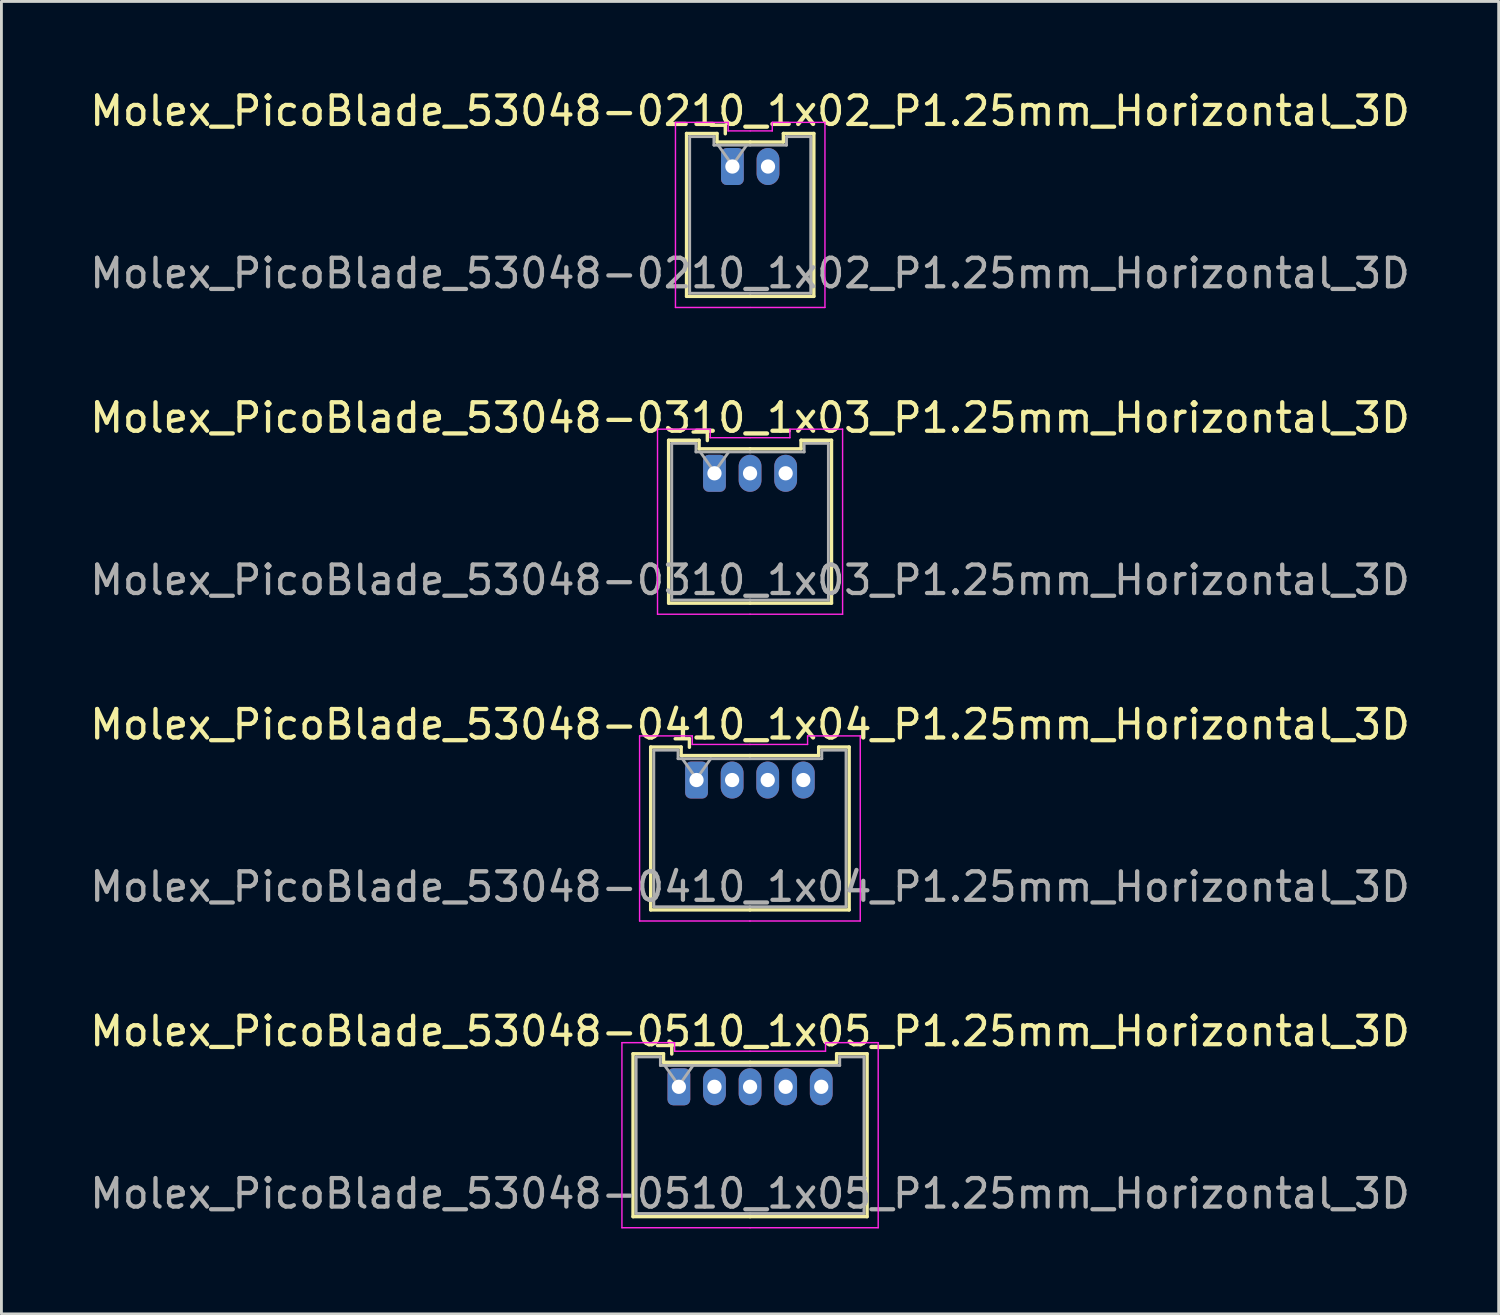
<source format=kicad_pcb>
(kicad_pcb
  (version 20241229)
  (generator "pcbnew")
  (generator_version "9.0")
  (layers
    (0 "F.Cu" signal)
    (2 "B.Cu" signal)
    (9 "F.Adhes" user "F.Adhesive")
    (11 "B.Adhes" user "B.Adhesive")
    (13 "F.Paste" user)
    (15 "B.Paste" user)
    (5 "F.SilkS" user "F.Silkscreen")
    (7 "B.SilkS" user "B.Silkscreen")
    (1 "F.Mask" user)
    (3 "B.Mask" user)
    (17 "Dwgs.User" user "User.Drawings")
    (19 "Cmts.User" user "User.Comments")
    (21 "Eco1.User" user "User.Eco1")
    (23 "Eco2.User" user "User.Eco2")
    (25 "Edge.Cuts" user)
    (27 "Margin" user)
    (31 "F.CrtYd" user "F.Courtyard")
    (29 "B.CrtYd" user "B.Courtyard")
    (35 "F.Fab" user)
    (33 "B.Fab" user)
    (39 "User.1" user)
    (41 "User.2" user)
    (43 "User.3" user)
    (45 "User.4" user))
  (footprint "Molex_PicoBlade_53048-0310_1x03_P1.25mm_Horizontal_3D"
    (layer "F.Cu")
    (at 22.042 13.572)
    (property "Reference" "Molex_PicoBlade_53048-0310_1x03_P1.25mm_Horizontal_3D" (at 1.25 -1.95 0) (layer "F.SilkS") (effects (font (size 1 1) (thickness 0.15))))
    (attr through_hole)
    (fp_line (start -1.61 -1.16) (end -1.61 4.56) (stroke (width 0.12) (type solid)) (layer "F.SilkS"))
    (fp_line (start -1.61 4.56) (end 1.25 4.56) (stroke (width 0.12) (type solid)) (layer "F.SilkS"))
    (fp_line (start -0.54 -1.16) (end -1.61 -1.16) (stroke (width 0.12) (type solid)) (layer "F.SilkS"))
    (fp_line (start -0.54 -0.86) (end -0.54 -1.16) (stroke (width 0.12) (type solid)) (layer "F.SilkS"))
    (fp_line (start -0.25 -1.45) (end -0.75 -1.45) (stroke (width 0.12) (type solid)) (layer "F.SilkS"))
    (fp_line (start -0.25 -1.15) (end -0.25 -1.45) (stroke (width 0.12) (type solid)) (layer "F.SilkS"))
    (fp_line (start 1.25 -0.86) (end -0.54 -0.86) (stroke (width 0.12) (type solid)) (layer "F.SilkS"))
    (fp_line (start 1.25 -0.86) (end 3.04 -0.86) (stroke (width 0.12) (type solid)) (layer "F.SilkS"))
    (fp_line (start 3.04 -1.16) (end 4.11 -1.16) (stroke (width 0.12) (type solid)) (layer "F.SilkS"))
    (fp_line (start 3.04 -0.86) (end 3.04 -1.16) (stroke (width 0.12) (type solid)) (layer "F.SilkS"))
    (fp_line (start 4.11 -1.16) (end 4.11 4.56) (stroke (width 0.12) (type solid)) (layer "F.SilkS"))
    (fp_line (start 4.11 4.56) (end 1.25 4.56) (stroke (width 0.12) (type solid)) (layer "F.SilkS"))
    (fp_line (start -2 -1.55) (end -2 4.95) (stroke (width 0.05) (type solid)) (layer "F.CrtYd"))
    (fp_line (start -2 4.95) (end 1.25 4.95) (stroke (width 0.05) (type solid)) (layer "F.CrtYd"))
    (fp_line (start -0.15 -1.55) (end -2 -1.55) (stroke (width 0.05) (type solid)) (layer "F.CrtYd"))
    (fp_line (start -0.15 -1.25) (end -0.15 -1.55) (stroke (width 0.05) (type solid)) (layer "F.CrtYd"))
    (fp_line (start 1.25 -1.25) (end -0.15 -1.25) (stroke (width 0.05) (type solid)) (layer "F.CrtYd"))
    (fp_line (start 1.25 -1.25) (end 2.65 -1.25) (stroke (width 0.05) (type solid)) (layer "F.CrtYd"))
    (fp_line (start 2.65 -1.55) (end 4.5 -1.55) (stroke (width 0.05) (type solid)) (layer "F.CrtYd"))
    (fp_line (start 2.65 -1.25) (end 2.65 -1.55) (stroke (width 0.05) (type solid)) (layer "F.CrtYd"))
    (fp_line (start 4.5 -1.55) (end 4.5 4.95) (stroke (width 0.05) (type solid)) (layer "F.CrtYd"))
    (fp_line (start 4.5 4.95) (end 1.25 4.95) (stroke (width 0.05) (type solid)) (layer "F.CrtYd"))
    (fp_line (start -1.5 -1.05) (end -1.5 4.45) (stroke (width 0.1) (type solid)) (layer "F.Fab"))
    (fp_line (start -1.5 4.45) (end 1.25 4.45) (stroke (width 0.1) (type solid)) (layer "F.Fab"))
    (fp_line (start -0.65 -1.05) (end -1.5 -1.05) (stroke (width 0.1) (type solid)) (layer "F.Fab"))
    (fp_line (start -0.65 -0.75) (end -0.65 -1.05) (stroke (width 0.1) (type solid)) (layer "F.Fab"))
    (fp_line (start -0.5 -0.75) (end 0 -0.043) (stroke (width 0.1) (type solid)) (layer "F.Fab"))
    (fp_line (start 0 -0.043) (end 0.5 -0.75) (stroke (width 0.1) (type solid)) (layer "F.Fab"))
    (fp_line (start 1.25 -0.75) (end -0.65 -0.75) (stroke (width 0.1) (type solid)) (layer "F.Fab"))
    (fp_line (start 1.25 -0.75) (end 3.15 -0.75) (stroke (width 0.1) (type solid)) (layer "F.Fab"))
    (fp_line (start 3.15 -1.05) (end 4 -1.05) (stroke (width 0.1) (type solid)) (layer "F.Fab"))
    (fp_line (start 3.15 -0.75) (end 3.15 -1.05) (stroke (width 0.1) (type solid)) (layer "F.Fab"))
    (fp_line (start 4 -1.05) (end 4 4.45) (stroke (width 0.1) (type solid)) (layer "F.Fab"))
    (fp_line (start 4 4.45) (end 1.25 4.45) (stroke (width 0.1) (type solid)) (layer "F.Fab"))
    (fp_text user "${REFERENCE}" (at 1.25 3.75 0) (layer "F.Fab") (effects (font (size 1 1) (thickness 0.15))))
    (pad "1" thru_hole roundrect (at 0 0) (size 0.8 1.3) (drill 0.5) (layers "*.Cu" "*.Mask") (roundrect_rratio 0.25))
    (pad "2" thru_hole oval (at 1.25 0) (size 0.8 1.3) (drill 0.5) (layers "*.Cu" "*.Mask"))
    (pad "3" thru_hole oval (at 2.5 0) (size 0.8 1.3) (drill 0.5) (layers "*.Cu" "*.Mask")))
  (footprint "Molex_PicoBlade_53048-0210_1x02_P1.25mm_Horizontal_3D"
    (layer "F.Cu")
    (at 22.672 2.798)
    (property "Reference" "Molex_PicoBlade_53048-0210_1x02_P1.25mm_Horizontal_3D" (at 0.62 -1.95 180) (layer "F.SilkS") (effects (font (size 1 1) (thickness 0.15))))
    (attr through_hole)
    (fp_line (start -1.61 -1.16) (end -1.61 4.56) (stroke (width 0.12) (type solid)) (layer "F.SilkS"))
    (fp_line (start -1.61 4.56) (end 0.625 4.56) (stroke (width 0.12) (type solid)) (layer "F.SilkS"))
    (fp_line (start -0.54 -1.16) (end -1.61 -1.16) (stroke (width 0.12) (type solid)) (layer "F.SilkS"))
    (fp_line (start -0.54 -0.86) (end -0.54 -1.16) (stroke (width 0.12) (type solid)) (layer "F.SilkS"))
    (fp_line (start -0.25 -1.45) (end -0.75 -1.45) (stroke (width 0.12) (type solid)) (layer "F.SilkS"))
    (fp_line (start -0.25 -1.15) (end -0.25 -1.45) (stroke (width 0.12) (type solid)) (layer "F.SilkS"))
    (fp_line (start 0.625 -0.86) (end -0.54 -0.86) (stroke (width 0.12) (type solid)) (layer "F.SilkS"))
    (fp_line (start 0.625 -0.86) (end 1.79 -0.86) (stroke (width 0.12) (type solid)) (layer "F.SilkS"))
    (fp_line (start 1.79 -1.16) (end 2.86 -1.16) (stroke (width 0.12) (type solid)) (layer "F.SilkS"))
    (fp_line (start 1.79 -0.86) (end 1.79 -1.16) (stroke (width 0.12) (type solid)) (layer "F.SilkS"))
    (fp_line (start 2.86 -1.16) (end 2.86 4.56) (stroke (width 0.12) (type solid)) (layer "F.SilkS"))
    (fp_line (start 2.86 4.56) (end 0.625 4.56) (stroke (width 0.12) (type solid)) (layer "F.SilkS"))
    (fp_line (start -2 -1.55) (end -2 4.95) (stroke (width 0.05) (type solid)) (layer "F.CrtYd"))
    (fp_line (start -2 4.95) (end 0.62 4.95) (stroke (width 0.05) (type solid)) (layer "F.CrtYd"))
    (fp_line (start -0.15 -1.55) (end -2 -1.55) (stroke (width 0.05) (type solid)) (layer "F.CrtYd"))
    (fp_line (start -0.15 -1.25) (end -0.15 -1.55) (stroke (width 0.05) (type solid)) (layer "F.CrtYd"))
    (fp_line (start 0.62 -1.25) (end -0.15 -1.25) (stroke (width 0.05) (type solid)) (layer "F.CrtYd"))
    (fp_line (start 0.63 -1.25) (end 1.4 -1.25) (stroke (width 0.05) (type solid)) (layer "F.CrtYd"))
    (fp_line (start 1.4 -1.55) (end 3.25 -1.55) (stroke (width 0.05) (type solid)) (layer "F.CrtYd"))
    (fp_line (start 1.4 -1.25) (end 1.4 -1.55) (stroke (width 0.05) (type solid)) (layer "F.CrtYd"))
    (fp_line (start 3.25 -1.55) (end 3.25 4.95) (stroke (width 0.05) (type solid)) (layer "F.CrtYd"))
    (fp_line (start 3.25 4.95) (end 0.63 4.95) (stroke (width 0.05) (type solid)) (layer "F.CrtYd"))
    (fp_line (start -1.5 -1.05) (end -1.5 4.45) (stroke (width 0.1) (type solid)) (layer "F.Fab"))
    (fp_line (start -1.5 4.45) (end 0.625 4.45) (stroke (width 0.1) (type solid)) (layer "F.Fab"))
    (fp_line (start -0.65 -1.05) (end -1.5 -1.05) (stroke (width 0.1) (type solid)) (layer "F.Fab"))
    (fp_line (start -0.65 -0.75) (end -0.65 -1.05) (stroke (width 0.1) (type solid)) (layer "F.Fab"))
    (fp_line (start -0.5 -0.75) (end 0 -0.043) (stroke (width 0.1) (type solid)) (layer "F.Fab"))
    (fp_line (start 0 -0.043) (end 0.5 -0.75) (stroke (width 0.1) (type solid)) (layer "F.Fab"))
    (fp_line (start 0.625 -0.75) (end -0.65 -0.75) (stroke (width 0.1) (type solid)) (layer "F.Fab"))
    (fp_line (start 0.625 -0.75) (end 1.9 -0.75) (stroke (width 0.1) (type solid)) (layer "F.Fab"))
    (fp_line (start 1.9 -1.05) (end 2.75 -1.05) (stroke (width 0.1) (type solid)) (layer "F.Fab"))
    (fp_line (start 1.9 -0.75) (end 1.9 -1.05) (stroke (width 0.1) (type solid)) (layer "F.Fab"))
    (fp_line (start 2.75 -1.05) (end 2.75 4.45) (stroke (width 0.1) (type solid)) (layer "F.Fab"))
    (fp_line (start 2.75 4.45) (end 0.625 4.45) (stroke (width 0.1) (type solid)) (layer "F.Fab"))
    (fp_text user "${REFERENCE}" (at 0.62 3.75 180) (layer "F.Fab") (effects (font (size 1 1) (thickness 0.15))))
    (pad "1" thru_hole roundrect (at 0 0) (size 0.8 1.3) (drill 0.5) (layers "*.Cu" "*.Mask") (roundrect_rratio 0.25))
    (pad "2" thru_hole oval (at 1.25 0) (size 0.8 1.3) (drill 0.5) (layers "*.Cu" "*.Mask")))
  (footprint "Molex_PicoBlade_53048-0410_1x04_P1.25mm_Horizontal_3D"
    (layer "F.Cu")
    (at 21.412 24.345)
    (property "Reference" "Molex_PicoBlade_53048-0410_1x04_P1.25mm_Horizontal_3D" (at 1.88 -1.95 180) (layer "F.SilkS") (effects (font (size 1 1) (thickness 0.15))))
    (attr through_hole)
    (fp_line (start -1.61 -1.16) (end -1.61 4.56) (stroke (width 0.12) (type solid)) (layer "F.SilkS"))
    (fp_line (start -1.61 4.56) (end 1.875 4.56) (stroke (width 0.12) (type solid)) (layer "F.SilkS"))
    (fp_line (start -0.54 -1.16) (end -1.61 -1.16) (stroke (width 0.12) (type solid)) (layer "F.SilkS"))
    (fp_line (start -0.54 -0.86) (end -0.54 -1.16) (stroke (width 0.12) (type solid)) (layer "F.SilkS"))
    (fp_line (start -0.25 -1.45) (end -0.75 -1.45) (stroke (width 0.12) (type solid)) (layer "F.SilkS"))
    (fp_line (start -0.25 -1.15) (end -0.25 -1.45) (stroke (width 0.12) (type solid)) (layer "F.SilkS"))
    (fp_line (start 1.875 -0.86) (end -0.54 -0.86) (stroke (width 0.12) (type solid)) (layer "F.SilkS"))
    (fp_line (start 1.875 -0.86) (end 4.29 -0.86) (stroke (width 0.12) (type solid)) (layer "F.SilkS"))
    (fp_line (start 4.29 -1.16) (end 5.36 -1.16) (stroke (width 0.12) (type solid)) (layer "F.SilkS"))
    (fp_line (start 4.29 -0.86) (end 4.29 -1.16) (stroke (width 0.12) (type solid)) (layer "F.SilkS"))
    (fp_line (start 5.36 -1.16) (end 5.36 4.56) (stroke (width 0.12) (type solid)) (layer "F.SilkS"))
    (fp_line (start 5.36 4.56) (end 1.875 4.56) (stroke (width 0.12) (type solid)) (layer "F.SilkS"))
    (fp_line (start -2 -1.55) (end -2 4.95) (stroke (width 0.05) (type solid)) (layer "F.CrtYd"))
    (fp_line (start -2 4.95) (end 1.88 4.95) (stroke (width 0.05) (type solid)) (layer "F.CrtYd"))
    (fp_line (start -0.15 -1.55) (end -2 -1.55) (stroke (width 0.05) (type solid)) (layer "F.CrtYd"))
    (fp_line (start -0.15 -1.25) (end -0.15 -1.55) (stroke (width 0.05) (type solid)) (layer "F.CrtYd"))
    (fp_line (start 1.87 -1.25) (end 3.9 -1.25) (stroke (width 0.05) (type solid)) (layer "F.CrtYd"))
    (fp_line (start 1.88 -1.25) (end -0.15 -1.25) (stroke (width 0.05) (type solid)) (layer "F.CrtYd"))
    (fp_line (start 3.9 -1.55) (end 5.75 -1.55) (stroke (width 0.05) (type solid)) (layer "F.CrtYd"))
    (fp_line (start 3.9 -1.25) (end 3.9 -1.55) (stroke (width 0.05) (type solid)) (layer "F.CrtYd"))
    (fp_line (start 5.75 -1.55) (end 5.75 4.95) (stroke (width 0.05) (type solid)) (layer "F.CrtYd"))
    (fp_line (start 5.75 4.95) (end 1.87 4.95) (stroke (width 0.05) (type solid)) (layer "F.CrtYd"))
    (fp_line (start -1.5 -1.05) (end -1.5 4.45) (stroke (width 0.1) (type solid)) (layer "F.Fab"))
    (fp_line (start -1.5 4.45) (end 1.875 4.45) (stroke (width 0.1) (type solid)) (layer "F.Fab"))
    (fp_line (start -0.65 -1.05) (end -1.5 -1.05) (stroke (width 0.1) (type solid)) (layer "F.Fab"))
    (fp_line (start -0.65 -0.75) (end -0.65 -1.05) (stroke (width 0.1) (type solid)) (layer "F.Fab"))
    (fp_line (start -0.5 -0.75) (end 0 -0.043) (stroke (width 0.1) (type solid)) (layer "F.Fab"))
    (fp_line (start 0 -0.043) (end 0.5 -0.75) (stroke (width 0.1) (type solid)) (layer "F.Fab"))
    (fp_line (start 1.875 -0.75) (end -0.65 -0.75) (stroke (width 0.1) (type solid)) (layer "F.Fab"))
    (fp_line (start 1.875 -0.75) (end 4.4 -0.75) (stroke (width 0.1) (type solid)) (layer "F.Fab"))
    (fp_line (start 4.4 -1.05) (end 5.25 -1.05) (stroke (width 0.1) (type solid)) (layer "F.Fab"))
    (fp_line (start 4.4 -0.75) (end 4.4 -1.05) (stroke (width 0.1) (type solid)) (layer "F.Fab"))
    (fp_line (start 5.25 -1.05) (end 5.25 4.45) (stroke (width 0.1) (type solid)) (layer "F.Fab"))
    (fp_line (start 5.25 4.45) (end 1.875 4.45) (stroke (width 0.1) (type solid)) (layer "F.Fab"))
    (fp_text user "${REFERENCE}" (at 1.88 3.75 180) (layer "F.Fab") (effects (font (size 1 1) (thickness 0.15))))
    (pad "1" thru_hole roundrect (at 0 0) (size 0.8 1.3) (drill 0.5) (layers "*.Cu" "*.Mask") (roundrect_rratio 0.25))
    (pad "2" thru_hole oval (at 1.25 0) (size 0.8 1.3) (drill 0.5) (layers "*.Cu" "*.Mask"))
    (pad "3" thru_hole oval (at 2.5 0) (size 0.8 1.3) (drill 0.5) (layers "*.Cu" "*.Mask"))
    (pad "4" thru_hole oval (at 3.75 0) (size 0.8 1.3) (drill 0.5) (layers "*.Cu" "*.Mask")))
  (footprint "Molex_PicoBlade_53048-0510_1x05_P1.25mm_Horizontal_3D"
    (layer "F.Cu")
    (at 20.792 35.118)
    (property "Reference" "Molex_PicoBlade_53048-0510_1x05_P1.25mm_Horizontal_3D" (at 2.5 -1.95 0) (layer "F.SilkS") (effects (font (size 1 1) (thickness 0.15))))
    (attr through_hole)
    (fp_line (start -1.61 -1.16) (end -1.61 4.56) (stroke (width 0.12) (type solid)) (layer "F.SilkS"))
    (fp_line (start -1.61 4.56) (end 2.5 4.56) (stroke (width 0.12) (type solid)) (layer "F.SilkS"))
    (fp_line (start -0.54 -1.16) (end -1.61 -1.16) (stroke (width 0.12) (type solid)) (layer "F.SilkS"))
    (fp_line (start -0.54 -0.86) (end -0.54 -1.16) (stroke (width 0.12) (type solid)) (layer "F.SilkS"))
    (fp_line (start -0.25 -1.45) (end -0.75 -1.45) (stroke (width 0.12) (type solid)) (layer "F.SilkS"))
    (fp_line (start -0.25 -1.15) (end -0.25 -1.45) (stroke (width 0.12) (type solid)) (layer "F.SilkS"))
    (fp_line (start 2.5 -0.86) (end -0.54 -0.86) (stroke (width 0.12) (type solid)) (layer "F.SilkS"))
    (fp_line (start 2.5 -0.86) (end 5.54 -0.86) (stroke (width 0.12) (type solid)) (layer "F.SilkS"))
    (fp_line (start 5.54 -1.16) (end 6.61 -1.16) (stroke (width 0.12) (type solid)) (layer "F.SilkS"))
    (fp_line (start 5.54 -0.86) (end 5.54 -1.16) (stroke (width 0.12) (type solid)) (layer "F.SilkS"))
    (fp_line (start 6.61 -1.16) (end 6.61 4.56) (stroke (width 0.12) (type solid)) (layer "F.SilkS"))
    (fp_line (start 6.61 4.56) (end 2.5 4.56) (stroke (width 0.12) (type solid)) (layer "F.SilkS"))
    (fp_line (start -2 -1.55) (end -2 4.95) (stroke (width 0.05) (type solid)) (layer "F.CrtYd"))
    (fp_line (start -2 4.95) (end 2.5 4.95) (stroke (width 0.05) (type solid)) (layer "F.CrtYd"))
    (fp_line (start -0.15 -1.55) (end -2 -1.55) (stroke (width 0.05) (type solid)) (layer "F.CrtYd"))
    (fp_line (start -0.15 -1.25) (end -0.15 -1.55) (stroke (width 0.05) (type solid)) (layer "F.CrtYd"))
    (fp_line (start 2.5 -1.25) (end -0.15 -1.25) (stroke (width 0.05) (type solid)) (layer "F.CrtYd"))
    (fp_line (start 2.5 -1.25) (end 5.15 -1.25) (stroke (width 0.05) (type solid)) (layer "F.CrtYd"))
    (fp_line (start 5.15 -1.55) (end 7 -1.55) (stroke (width 0.05) (type solid)) (layer "F.CrtYd"))
    (fp_line (start 5.15 -1.25) (end 5.15 -1.55) (stroke (width 0.05) (type solid)) (layer "F.CrtYd"))
    (fp_line (start 7 -1.55) (end 7 4.95) (stroke (width 0.05) (type solid)) (layer "F.CrtYd"))
    (fp_line (start 7 4.95) (end 2.5 4.95) (stroke (width 0.05) (type solid)) (layer "F.CrtYd"))
    (fp_line (start -1.5 -1.05) (end -1.5 4.45) (stroke (width 0.1) (type solid)) (layer "F.Fab"))
    (fp_line (start -1.5 4.45) (end 2.5 4.45) (stroke (width 0.1) (type solid)) (layer "F.Fab"))
    (fp_line (start -0.65 -1.05) (end -1.5 -1.05) (stroke (width 0.1) (type solid)) (layer "F.Fab"))
    (fp_line (start -0.65 -0.75) (end -0.65 -1.05) (stroke (width 0.1) (type solid)) (layer "F.Fab"))
    (fp_line (start -0.5 -0.75) (end 0 -0.043) (stroke (width 0.1) (type solid)) (layer "F.Fab"))
    (fp_line (start 0 -0.043) (end 0.5 -0.75) (stroke (width 0.1) (type solid)) (layer "F.Fab"))
    (fp_line (start 2.5 -0.75) (end -0.65 -0.75) (stroke (width 0.1) (type solid)) (layer "F.Fab"))
    (fp_line (start 2.5 -0.75) (end 5.65 -0.75) (stroke (width 0.1) (type solid)) (layer "F.Fab"))
    (fp_line (start 5.65 -1.05) (end 6.5 -1.05) (stroke (width 0.1) (type solid)) (layer "F.Fab"))
    (fp_line (start 5.65 -0.75) (end 5.65 -1.05) (stroke (width 0.1) (type solid)) (layer "F.Fab"))
    (fp_line (start 6.5 -1.05) (end 6.5 4.45) (stroke (width 0.1) (type solid)) (layer "F.Fab"))
    (fp_line (start 6.5 4.45) (end 2.5 4.45) (stroke (width 0.1) (type solid)) (layer "F.Fab"))
    (fp_text user "${REFERENCE}" (at 2.5 3.75 0) (layer "F.Fab") (effects (font (size 1 1) (thickness 0.15))))
    (pad "1" thru_hole roundrect (at 0 0) (size 0.8 1.3) (drill 0.5) (layers "*.Cu" "*.Mask") (roundrect_rratio 0.25))
    (pad "2" thru_hole oval (at 1.25 0) (size 0.8 1.3) (drill 0.5) (layers "*.Cu" "*.Mask"))
    (pad "3" thru_hole oval (at 2.5 0) (size 0.8 1.3) (drill 0.5) (layers "*.Cu" "*.Mask"))
    (pad "4" thru_hole oval (at 3.75 0) (size 0.8 1.3) (drill 0.5) (layers "*.Cu" "*.Mask"))
    (pad "5" thru_hole oval (at 5 0) (size 0.8 1.3) (drill 0.5) (layers "*.Cu" "*.Mask")))
  (gr_rect
    (start -3 -3)
    (end 49.583 43.093)
    (stroke (width 0.1) (type default))
    (fill no)
    (layer "Edge.Cuts")))
</source>
